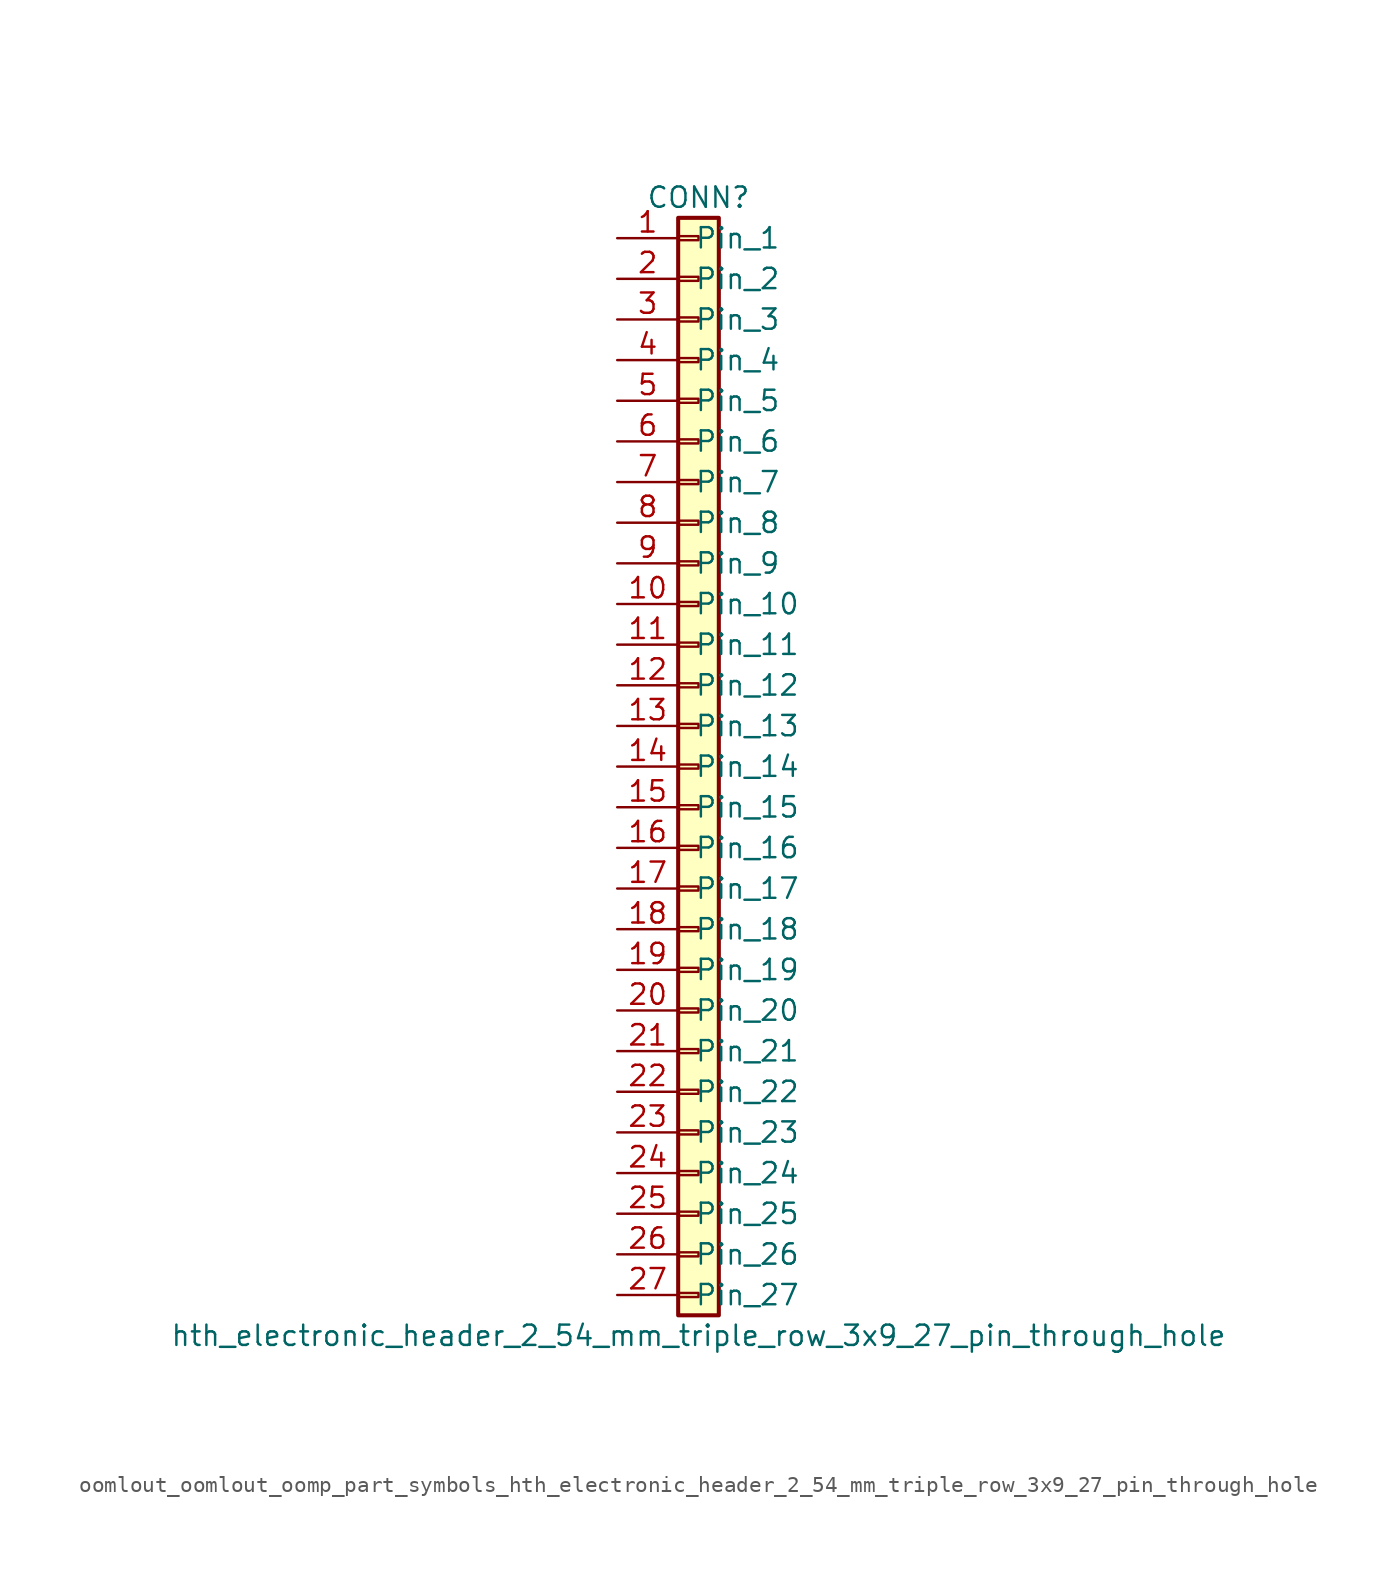
<source format=kicad_sym>
(kicad_symbol_lib
  (version 20220914)
  (generator kicad_symbol_editor)
  (symbol "oomlout_oomlout_oomp_part_symbols_hth_electronic_header_2_54_mm_triple_row_3x9_27_pin_through_hole"
    (pin_names
      (offset 1.016))
    (property "Reference" "CONN"
      (at 0 35.56 0)
      (effects (font (size 1.27 1.27))))
    (property "Value" "hth_electronic_header_2_54_mm_triple_row_3x9_27_pin_through_hole"
      (at 0 -35.56 0)
      (effects (font (size 1.27 1.27))))
    (symbol "oomlout_oomlout_oomp_part_symbols_hth_electronic_header_2_54_mm_triple_row_3x9_27_pin_through_hole_1_1"
      (rectangle (start -1.27 -32.893) (end 0 -33.147) (stroke (width 0.152) (type default)) (fill (type none)))
      (rectangle (start -1.27 -30.353) (end 0 -30.607) (stroke (width 0.152) (type default)) (fill (type none)))
      (rectangle (start -1.27 -27.813) (end 0 -28.067) (stroke (width 0.152) (type default)) (fill (type none)))
      (rectangle (start -1.27 -25.273) (end 0 -25.527) (stroke (width 0.152) (type default)) (fill (type none)))
      (rectangle (start -1.27 -22.733) (end 0 -22.987) (stroke (width 0.152) (type default)) (fill (type none)))
      (rectangle (start -1.27 -20.193) (end 0 -20.447) (stroke (width 0.152) (type default)) (fill (type none)))
      (rectangle (start -1.27 -17.653) (end 0 -17.907) (stroke (width 0.152) (type default)) (fill (type none)))
      (rectangle (start -1.27 -15.113) (end 0 -15.367) (stroke (width 0.152) (type default)) (fill (type none)))
      (rectangle (start -1.27 -12.573) (end 0 -12.827) (stroke (width 0.152) (type default)) (fill (type none)))
      (rectangle (start -1.27 -10.033) (end 0 -10.287) (stroke (width 0.152) (type default)) (fill (type none)))
      (rectangle (start -1.27 -7.493) (end 0 -7.747) (stroke (width 0.152) (type default)) (fill (type none)))
      (rectangle (start -1.27 -4.953) (end 0 -5.207) (stroke (width 0.152) (type default)) (fill (type none)))
      (rectangle (start -1.27 -2.413) (end 0 -2.667) (stroke (width 0.152) (type default)) (fill (type none)))
      (rectangle (start -1.27 0.127) (end 0 -0.127) (stroke (width 0.152) (type default)) (fill (type none)))
      (rectangle (start -1.27 2.667) (end 0 2.413) (stroke (width 0.152) (type default)) (fill (type none)))
      (rectangle (start -1.27 5.207) (end 0 4.953) (stroke (width 0.152) (type default)) (fill (type none)))
      (rectangle (start -1.27 7.747) (end 0 7.493) (stroke (width 0.152) (type default)) (fill (type none)))
      (rectangle (start -1.27 10.287) (end 0 10.033) (stroke (width 0.152) (type default)) (fill (type none)))
      (rectangle (start -1.27 12.827) (end 0 12.573) (stroke (width 0.152) (type default)) (fill (type none)))
      (rectangle (start -1.27 15.367) (end 0 15.113) (stroke (width 0.152) (type default)) (fill (type none)))
      (rectangle (start -1.27 17.907) (end 0 17.653) (stroke (width 0.152) (type default)) (fill (type none)))
      (rectangle (start -1.27 20.447) (end 0 20.193) (stroke (width 0.152) (type default)) (fill (type none)))
      (rectangle (start -1.27 22.987) (end 0 22.733) (stroke (width 0.152) (type default)) (fill (type none)))
      (rectangle (start -1.27 25.527) (end 0 25.273) (stroke (width 0.152) (type default)) (fill (type none)))
      (rectangle (start -1.27 28.067) (end 0 27.813) (stroke (width 0.152) (type default)) (fill (type none)))
      (rectangle (start -1.27 30.607) (end 0 30.353) (stroke (width 0.152) (type default)) (fill (type none)))
      (rectangle (start -1.27 33.147) (end 0 32.893) (stroke (width 0.152) (type default)) (fill (type none)))
      (rectangle (start -1.27 34.29) (end 1.27 -34.29) (stroke (width 0.254) (type default)) (fill (type background)))
      (pin passive line (at -5.08 33.02 0) (length 3.81) (name "Pin_1" (effects (font (size 1.27 1.27)))) (number "1" (effects (font (size 1.27 1.27)))))
      (pin passive line (at -5.08 10.16 0) (length 3.81) (name "Pin_10" (effects (font (size 1.27 1.27)))) (number "10" (effects (font (size 1.27 1.27)))))
      (pin passive line (at -5.08 7.62 0) (length 3.81) (name "Pin_11" (effects (font (size 1.27 1.27)))) (number "11" (effects (font (size 1.27 1.27)))))
      (pin passive line (at -5.08 5.08 0) (length 3.81) (name "Pin_12" (effects (font (size 1.27 1.27)))) (number "12" (effects (font (size 1.27 1.27)))))
      (pin passive line (at -5.08 2.54 0) (length 3.81) (name "Pin_13" (effects (font (size 1.27 1.27)))) (number "13" (effects (font (size 1.27 1.27)))))
      (pin passive line (at -5.08 0 0) (length 3.81) (name "Pin_14" (effects (font (size 1.27 1.27)))) (number "14" (effects (font (size 1.27 1.27)))))
      (pin passive line (at -5.08 -2.54 0) (length 3.81) (name "Pin_15" (effects (font (size 1.27 1.27)))) (number "15" (effects (font (size 1.27 1.27)))))
      (pin passive line (at -5.08 -5.08 0) (length 3.81) (name "Pin_16" (effects (font (size 1.27 1.27)))) (number "16" (effects (font (size 1.27 1.27)))))
      (pin passive line (at -5.08 -7.62 0) (length 3.81) (name "Pin_17" (effects (font (size 1.27 1.27)))) (number "17" (effects (font (size 1.27 1.27)))))
      (pin passive line (at -5.08 -10.16 0) (length 3.81) (name "Pin_18" (effects (font (size 1.27 1.27)))) (number "18" (effects (font (size 1.27 1.27)))))
      (pin passive line (at -5.08 -12.7 0) (length 3.81) (name "Pin_19" (effects (font (size 1.27 1.27)))) (number "19" (effects (font (size 1.27 1.27)))))
      (pin passive line (at -5.08 30.48 0) (length 3.81) (name "Pin_2" (effects (font (size 1.27 1.27)))) (number "2" (effects (font (size 1.27 1.27)))))
      (pin passive line (at -5.08 -15.24 0) (length 3.81) (name "Pin_20" (effects (font (size 1.27 1.27)))) (number "20" (effects (font (size 1.27 1.27)))))
      (pin passive line (at -5.08 -17.78 0) (length 3.81) (name "Pin_21" (effects (font (size 1.27 1.27)))) (number "21" (effects (font (size 1.27 1.27)))))
      (pin passive line (at -5.08 -20.32 0) (length 3.81) (name "Pin_22" (effects (font (size 1.27 1.27)))) (number "22" (effects (font (size 1.27 1.27)))))
      (pin passive line (at -5.08 -22.86 0) (length 3.81) (name "Pin_23" (effects (font (size 1.27 1.27)))) (number "23" (effects (font (size 1.27 1.27)))))
      (pin passive line (at -5.08 -25.4 0) (length 3.81) (name "Pin_24" (effects (font (size 1.27 1.27)))) (number "24" (effects (font (size 1.27 1.27)))))
      (pin passive line (at -5.08 -27.94 0) (length 3.81) (name "Pin_25" (effects (font (size 1.27 1.27)))) (number "25" (effects (font (size 1.27 1.27)))))
      (pin passive line (at -5.08 -30.48 0) (length 3.81) (name "Pin_26" (effects (font (size 1.27 1.27)))) (number "26" (effects (font (size 1.27 1.27)))))
      (pin passive line (at -5.08 -33.02 0) (length 3.81) (name "Pin_27" (effects (font (size 1.27 1.27)))) (number "27" (effects (font (size 1.27 1.27)))))
      (pin passive line (at -5.08 27.94 0) (length 3.81) (name "Pin_3" (effects (font (size 1.27 1.27)))) (number "3" (effects (font (size 1.27 1.27)))))
      (pin passive line (at -5.08 25.4 0) (length 3.81) (name "Pin_4" (effects (font (size 1.27 1.27)))) (number "4" (effects (font (size 1.27 1.27)))))
      (pin passive line (at -5.08 22.86 0) (length 3.81) (name "Pin_5" (effects (font (size 1.27 1.27)))) (number "5" (effects (font (size 1.27 1.27)))))
      (pin passive line (at -5.08 20.32 0) (length 3.81) (name "Pin_6" (effects (font (size 1.27 1.27)))) (number "6" (effects (font (size 1.27 1.27)))))
      (pin passive line (at -5.08 17.78 0) (length 3.81) (name "Pin_7" (effects (font (size 1.27 1.27)))) (number "7" (effects (font (size 1.27 1.27)))))
      (pin passive line (at -5.08 15.24 0) (length 3.81) (name "Pin_8" (effects (font (size 1.27 1.27)))) (number "8" (effects (font (size 1.27 1.27)))))
      (pin passive line (at -5.08 12.7 0) (length 3.81) (name "Pin_9" (effects (font (size 1.27 1.27)))) (number "9" (effects (font (size 1.27 1.27))))))))
</source>
